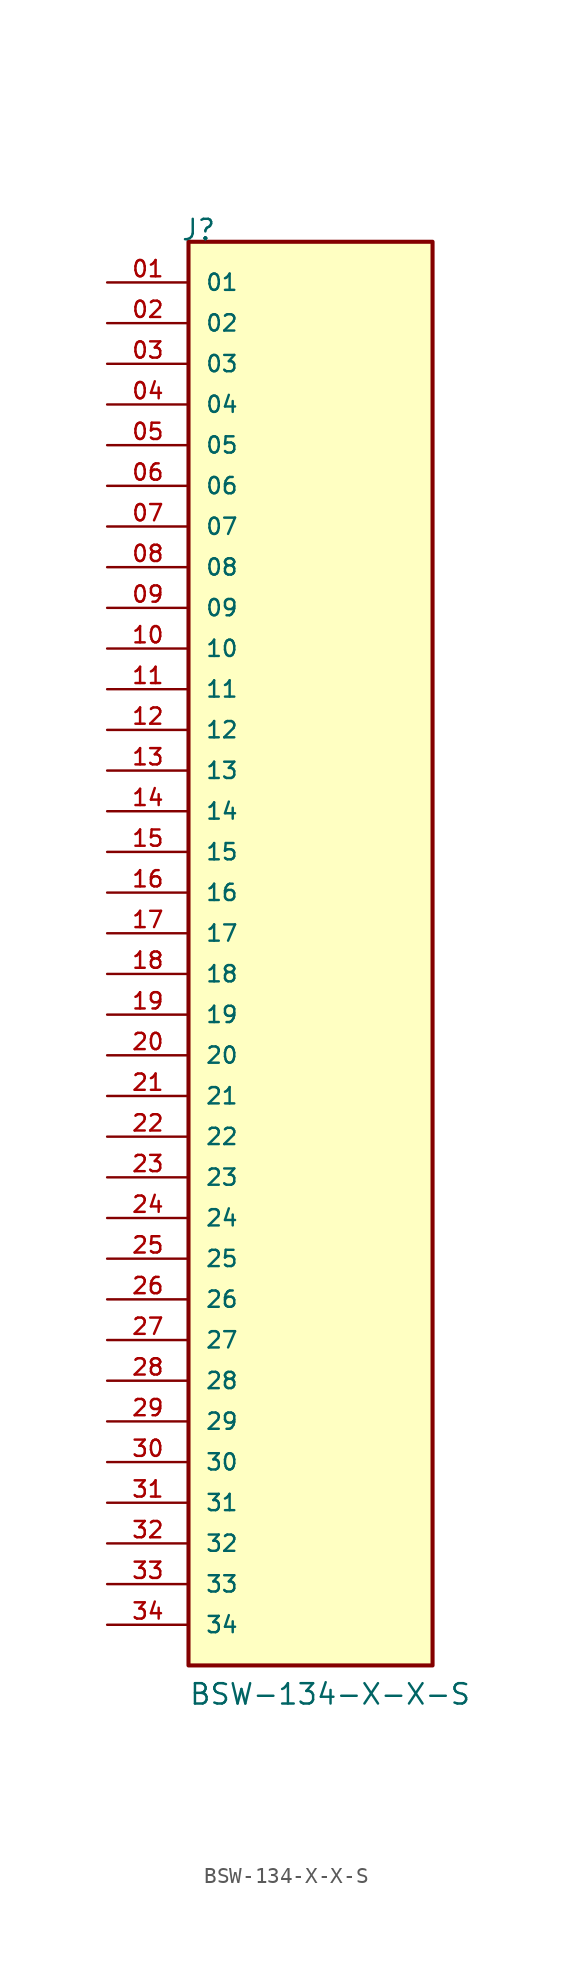
<source format=kicad_sym>
(kicad_symbol_lib
  (version 20211014)
  (generator kicad_symbol_editor)
  (symbol "BSW-134-X-X-S"
    (pin_names
      (offset 1.016))
    (property "Reference" "J"
      (at -8.12 45.72 0)
      (effects (font (size 1.27 1.27)) (justify bottom left)))
    (property "Value" "BSW-134-X-X-S"
      (at -7.62 -45.72 0)
      (effects (font (size 1.27 1.27)) (justify bottom left)))
    (symbol "BSW-134-X-X-S_0_0"
      (rectangle (start -7.62 -43.18) (end 7.62 45.72) (stroke (width 0.254)) (fill (type background)))
      (pin passive line (at -12.7 43.18 0) (length 5.08) (name "01" (effects (font (size 1.016 1.016)))) (number "01" (effects (font (size 1.016 1.016)))))
      (pin passive line (at -12.7 40.64 0) (length 5.08) (name "02" (effects (font (size 1.016 1.016)))) (number "02" (effects (font (size 1.016 1.016)))))
      (pin passive line (at -12.7 38.1 0) (length 5.08) (name "03" (effects (font (size 1.016 1.016)))) (number "03" (effects (font (size 1.016 1.016)))))
      (pin passive line (at -12.7 35.56 0) (length 5.08) (name "04" (effects (font (size 1.016 1.016)))) (number "04" (effects (font (size 1.016 1.016)))))
      (pin passive line (at -12.7 33.02 0) (length 5.08) (name "05" (effects (font (size 1.016 1.016)))) (number "05" (effects (font (size 1.016 1.016)))))
      (pin passive line (at -12.7 30.48 0) (length 5.08) (name "06" (effects (font (size 1.016 1.016)))) (number "06" (effects (font (size 1.016 1.016)))))
      (pin passive line (at -12.7 27.94 0) (length 5.08) (name "07" (effects (font (size 1.016 1.016)))) (number "07" (effects (font (size 1.016 1.016)))))
      (pin passive line (at -12.7 25.4 0) (length 5.08) (name "08" (effects (font (size 1.016 1.016)))) (number "08" (effects (font (size 1.016 1.016)))))
      (pin passive line (at -12.7 22.86 0) (length 5.08) (name "09" (effects (font (size 1.016 1.016)))) (number "09" (effects (font (size 1.016 1.016)))))
      (pin passive line (at -12.7 20.32 0) (length 5.08) (name "10" (effects (font (size 1.016 1.016)))) (number "10" (effects (font (size 1.016 1.016)))))
      (pin passive line (at -12.7 17.78 0) (length 5.08) (name "11" (effects (font (size 1.016 1.016)))) (number "11" (effects (font (size 1.016 1.016)))))
      (pin passive line (at -12.7 15.24 0) (length 5.08) (name "12" (effects (font (size 1.016 1.016)))) (number "12" (effects (font (size 1.016 1.016)))))
      (pin passive line (at -12.7 12.7 0) (length 5.08) (name "13" (effects (font (size 1.016 1.016)))) (number "13" (effects (font (size 1.016 1.016)))))
      (pin passive line (at -12.7 10.16 0) (length 5.08) (name "14" (effects (font (size 1.016 1.016)))) (number "14" (effects (font (size 1.016 1.016)))))
      (pin passive line (at -12.7 7.62 0) (length 5.08) (name "15" (effects (font (size 1.016 1.016)))) (number "15" (effects (font (size 1.016 1.016)))))
      (pin passive line (at -12.7 5.08 0) (length 5.08) (name "16" (effects (font (size 1.016 1.016)))) (number "16" (effects (font (size 1.016 1.016)))))
      (pin passive line (at -12.7 2.54 0) (length 5.08) (name "17" (effects (font (size 1.016 1.016)))) (number "17" (effects (font (size 1.016 1.016)))))
      (pin passive line (at -12.7 0.0 0) (length 5.08) (name "18" (effects (font (size 1.016 1.016)))) (number "18" (effects (font (size 1.016 1.016)))))
      (pin passive line (at -12.7 -2.54 0) (length 5.08) (name "19" (effects (font (size 1.016 1.016)))) (number "19" (effects (font (size 1.016 1.016)))))
      (pin passive line (at -12.7 -5.08 0) (length 5.08) (name "20" (effects (font (size 1.016 1.016)))) (number "20" (effects (font (size 1.016 1.016)))))
      (pin passive line (at -12.7 -7.62 0) (length 5.08) (name "21" (effects (font (size 1.016 1.016)))) (number "21" (effects (font (size 1.016 1.016)))))
      (pin passive line (at -12.7 -10.16 0) (length 5.08) (name "22" (effects (font (size 1.016 1.016)))) (number "22" (effects (font (size 1.016 1.016)))))
      (pin passive line (at -12.7 -12.7 0) (length 5.08) (name "23" (effects (font (size 1.016 1.016)))) (number "23" (effects (font (size 1.016 1.016)))))
      (pin passive line (at -12.7 -15.24 0) (length 5.08) (name "24" (effects (font (size 1.016 1.016)))) (number "24" (effects (font (size 1.016 1.016)))))
      (pin passive line (at -12.7 -17.78 0) (length 5.08) (name "25" (effects (font (size 1.016 1.016)))) (number "25" (effects (font (size 1.016 1.016)))))
      (pin passive line (at -12.7 -20.32 0) (length 5.08) (name "26" (effects (font (size 1.016 1.016)))) (number "26" (effects (font (size 1.016 1.016)))))
      (pin passive line (at -12.7 -22.86 0) (length 5.08) (name "27" (effects (font (size 1.016 1.016)))) (number "27" (effects (font (size 1.016 1.016)))))
      (pin passive line (at -12.7 -25.4 0) (length 5.08) (name "28" (effects (font (size 1.016 1.016)))) (number "28" (effects (font (size 1.016 1.016)))))
      (pin passive line (at -12.7 -27.94 0) (length 5.08) (name "29" (effects (font (size 1.016 1.016)))) (number "29" (effects (font (size 1.016 1.016)))))
      (pin passive line (at -12.7 -30.48 0) (length 5.08) (name "30" (effects (font (size 1.016 1.016)))) (number "30" (effects (font (size 1.016 1.016)))))
      (pin passive line (at -12.7 -33.02 0) (length 5.08) (name "31" (effects (font (size 1.016 1.016)))) (number "31" (effects (font (size 1.016 1.016)))))
      (pin passive line (at -12.7 -35.56 0) (length 5.08) (name "32" (effects (font (size 1.016 1.016)))) (number "32" (effects (font (size 1.016 1.016)))))
      (pin passive line (at -12.7 -38.1 0) (length 5.08) (name "33" (effects (font (size 1.016 1.016)))) (number "33" (effects (font (size 1.016 1.016)))))
      (pin passive line (at -12.7 -40.64 0) (length 5.08) (name "34" (effects (font (size 1.016 1.016)))) (number "34" (effects (font (size 1.016 1.016))))))))
</source>
